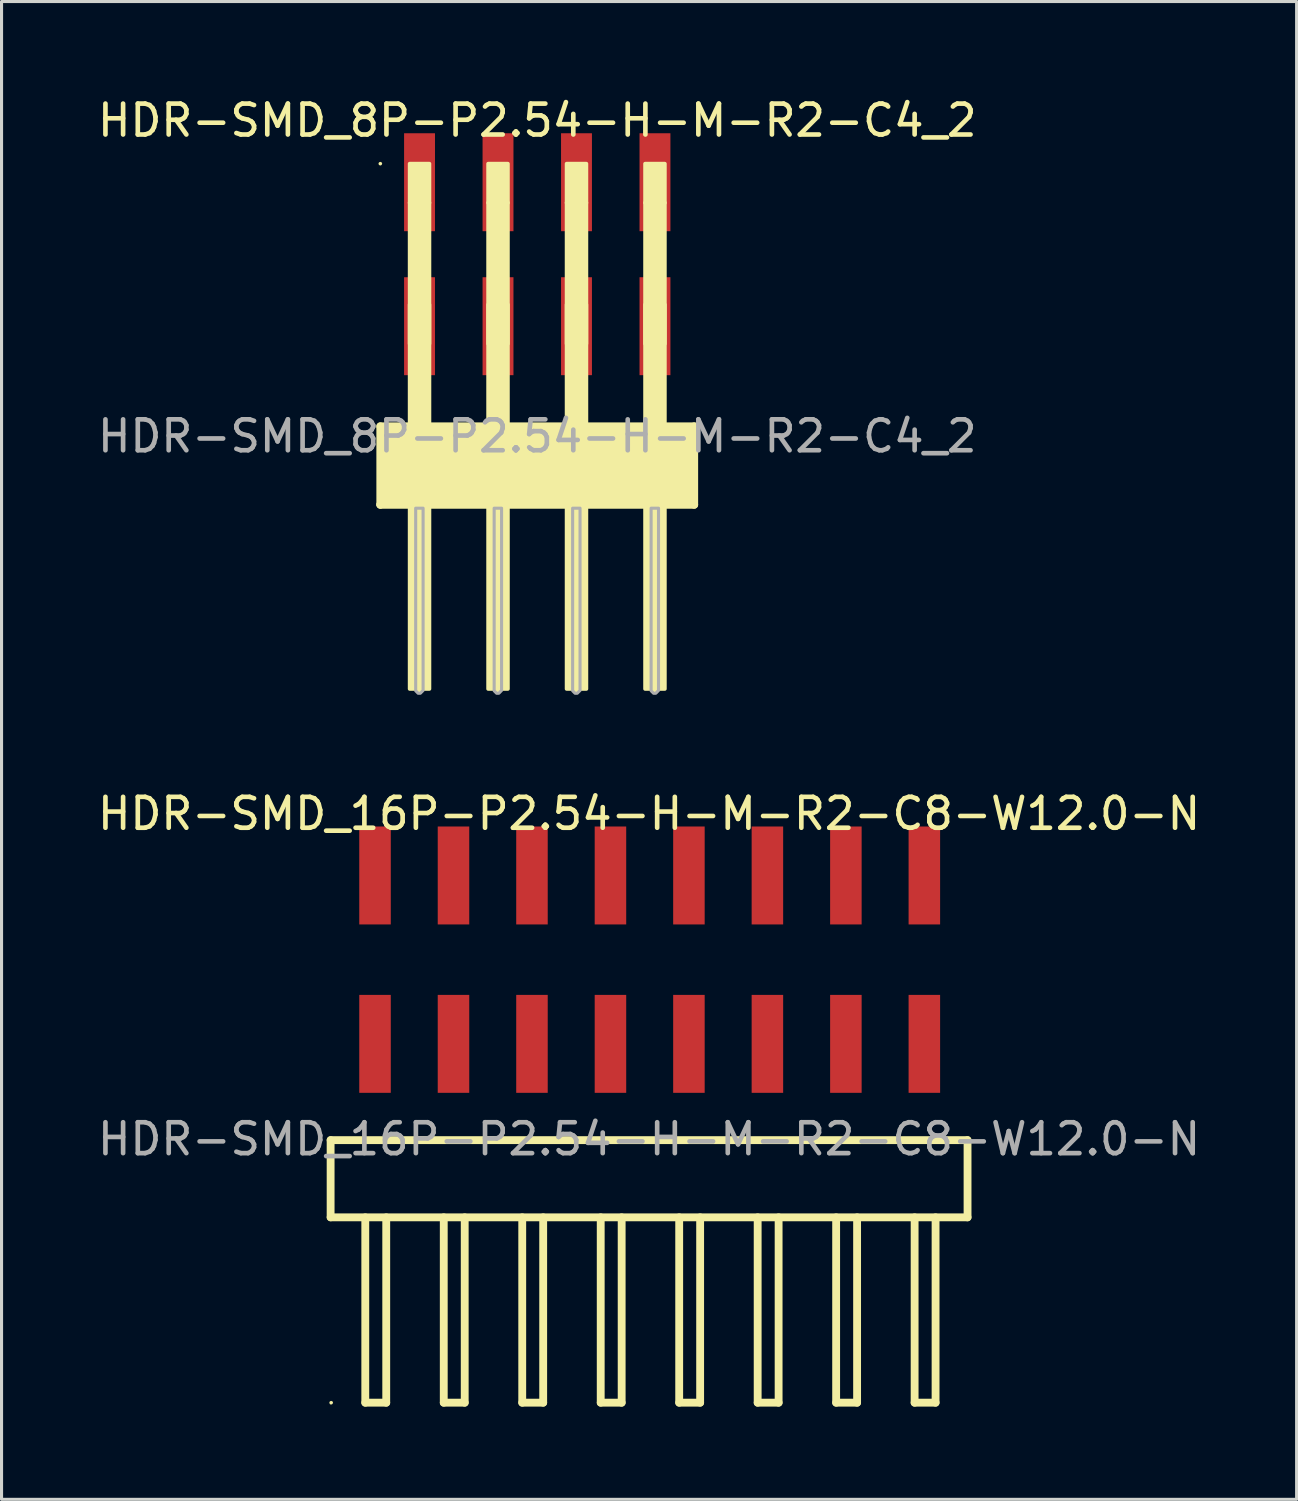
<source format=kicad_pcb>
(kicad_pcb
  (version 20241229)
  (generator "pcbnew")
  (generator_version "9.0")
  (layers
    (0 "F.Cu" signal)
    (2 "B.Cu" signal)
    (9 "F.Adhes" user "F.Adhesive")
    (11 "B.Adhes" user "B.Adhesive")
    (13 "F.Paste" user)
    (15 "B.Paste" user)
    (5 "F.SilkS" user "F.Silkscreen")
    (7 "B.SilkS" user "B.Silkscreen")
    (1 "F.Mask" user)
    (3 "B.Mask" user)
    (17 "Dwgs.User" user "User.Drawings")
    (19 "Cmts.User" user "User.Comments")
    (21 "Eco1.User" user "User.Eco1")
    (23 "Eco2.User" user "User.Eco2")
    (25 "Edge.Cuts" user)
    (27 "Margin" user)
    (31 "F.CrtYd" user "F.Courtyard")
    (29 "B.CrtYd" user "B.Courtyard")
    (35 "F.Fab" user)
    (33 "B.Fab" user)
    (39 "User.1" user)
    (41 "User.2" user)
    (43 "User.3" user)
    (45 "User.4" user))
  (footprint "HDR-SMD_8P-P2.54-H-M-R2-C4_2"
    (layer "F.Cu")
    (at 14.339 5.178)
    (property "Reference" "HDR-SMD_8P-P2.54-H-M-R2-C4_2" (at -0.000025 -4.33 0) (layer "F.SilkS") (effects (font (size 1 1) (thickness 0.15))))
    (attr smd)
    (fp_line (start -5.08 5.57) (end -5.08 8.1) (stroke (width 0.254) (type solid)) (layer "F.SilkS"))
    (fp_line (start -5.08 8.1) (end -5.08 8.11) (stroke (width 0.254) (type solid)) (layer "F.SilkS"))
    (fp_line (start -5.08 8.11) (end 5.08 8.11) (stroke (width 0.254) (type solid)) (layer "F.SilkS"))
    (fp_line (start -3.817 8.11) (end -3.817 14.11) (stroke (width 0.254) (type solid)) (layer "F.SilkS"))
    (fp_line (start -3.81 4.1) (end -3.81 5.57) (stroke (width 0.254) (type solid)) (layer "F.SilkS"))
    (fp_line (start -1.277 8.11) (end -1.277 14.11) (stroke (width 0.254) (type solid)) (layer "F.SilkS"))
    (fp_line (start -1.27 4.1) (end -1.27 5.57) (stroke (width 0.254) (type solid)) (layer "F.SilkS"))
    (fp_line (start 1.263 8.11) (end 1.263 14.11) (stroke (width 0.254) (type solid)) (layer "F.SilkS"))
    (fp_line (start 1.27 4.1) (end 1.27 5.57) (stroke (width 0.254) (type solid)) (layer "F.SilkS"))
    (fp_line (start 3.803 8.11) (end 3.803 14.11) (stroke (width 0.254) (type solid)) (layer "F.SilkS"))
    (fp_line (start 3.81 4.1) (end 3.81 5.5) (stroke (width 0.254) (type solid)) (layer "F.SilkS"))
    (fp_line (start 5.08 5.57) (end -5.08 5.57) (stroke (width 0.254) (type solid)) (layer "F.SilkS"))
    (fp_line (start 5.08 8.11) (end 5.08 5.57) (stroke (width 0.254) (type solid)) (layer "F.SilkS"))
    (fp_circle (center -5.08 -2.93) (end -5.05 -2.93) (stroke (width 0.06) (type solid)) (fill no) (layer "F.SilkS"))
    (fp_poly (pts (xy -4.13 -1.66) (xy -4.13 -2.93) (xy -3.49 -2.93) (xy -3.49 -1.66)) (stroke (width 0.12) (type solid)) (fill yes) (layer "F.SilkS"))
    (fp_poly (pts (xy -4.13 1.63) (xy -3.49 1.63) (xy -3.49 2.9) (xy -4.13 2.9)) (stroke (width 0.12) (type solid)) (fill yes) (layer "F.SilkS"))
    (fp_poly (pts (xy -4.13 14.07) (xy -4.13 -1.67) (xy -3.49 -1.67) (xy -3.49 14.07)) (stroke (width 0.12) (type solid)) (fill yes) (layer "F.SilkS"))
    (fp_poly (pts (xy -1.59 -1.66) (xy -1.59 -2.93) (xy -0.95 -2.93) (xy -0.95 -1.66)) (stroke (width 0.12) (type solid)) (fill yes) (layer "F.SilkS"))
    (fp_poly (pts (xy -1.59 1.63) (xy -0.95 1.63) (xy -0.95 2.9) (xy -1.59 2.9)) (stroke (width 0.12) (type solid)) (fill yes) (layer "F.SilkS"))
    (fp_poly (pts (xy -1.59 14.07) (xy -1.59 -1.67) (xy -0.95 -1.67) (xy -0.95 14.07)) (stroke (width 0.12) (type solid)) (fill yes) (layer "F.SilkS"))
    (fp_poly (pts (xy 0.95 -1.66) (xy 0.95 -2.93) (xy 1.59 -2.93) (xy 1.59 -1.66)) (stroke (width 0.12) (type solid)) (fill yes) (layer "F.SilkS"))
    (fp_poly (pts (xy 0.95 1.63) (xy 1.59 1.63) (xy 1.59 2.9) (xy 0.95 2.9)) (stroke (width 0.12) (type solid)) (fill yes) (layer "F.SilkS"))
    (fp_poly (pts (xy 0.95 14.07) (xy 0.95 -1.67) (xy 1.59 -1.67) (xy 1.59 14.07)) (stroke (width 0.12) (type solid)) (fill yes) (layer "F.SilkS"))
    (fp_poly (pts (xy 3.49 -1.66) (xy 3.49 -2.93) (xy 4.13 -2.93) (xy 4.13 -1.66)) (stroke (width 0.12) (type solid)) (fill yes) (layer "F.SilkS"))
    (fp_poly (pts (xy 3.49 1.63) (xy 4.13 1.63) (xy 4.13 2.9) (xy 3.49 2.9)) (stroke (width 0.12) (type solid)) (fill yes) (layer "F.SilkS"))
    (fp_poly (pts (xy 3.49 14.07) (xy 3.49 -1.67) (xy 4.13 -1.67) (xy 4.13 14.07)) (stroke (width 0.12) (type solid)) (fill yes) (layer "F.SilkS"))
    (fp_poly (pts (xy 5.08 8.11) (xy 5.08 5.57) (xy -5.08 5.57) (xy -5.08 8.11)) (stroke (width 0.12) (type solid)) (fill yes) (layer "F.SilkS"))
    (fp_poly (pts (xy -3.935 8.22) (xy -3.935 14.13) (xy -3.855 14.21) (xy -3.785 14.21) (xy -3.695 14.12) (xy -3.695 8.22)) (stroke (width 0.1) (type solid)) (fill no) (layer "F.Fab"))
    (fp_poly (pts (xy -1.395 8.22) (xy -1.395 14.13) (xy -1.315 14.21) (xy -1.245 14.21) (xy -1.155 14.12) (xy -1.155 8.22)) (stroke (width 0.1) (type solid)) (fill no) (layer "F.Fab"))
    (fp_poly (pts (xy 1.145 8.22) (xy 1.145 14.13) (xy 1.225 14.21) (xy 1.295 14.21) (xy 1.385 14.12) (xy 1.385 8.22)) (stroke (width 0.1) (type solid)) (fill no) (layer "F.Fab"))
    (fp_poly (pts (xy 3.685 8.22) (xy 3.685 14.13) (xy 3.765 14.21) (xy 3.835 14.21) (xy 3.925 14.12) (xy 3.925 8.22)) (stroke (width 0.1) (type solid)) (fill no) (layer "F.Fab"))
    (fp_text user "${REFERENCE}" (at -0.000025 5.89 0) (layer "F.Fab") (effects (font (size 1 1) (thickness 0.15))))
    (pad "1" smd rect (at -3.81 -2.33) (size 1 3.17) (layers "F.Cu" "F.Mask" "F.Paste"))
    (pad "2" smd rect (at -3.81 2.33) (size 1 3.17) (layers "F.Cu" "F.Mask" "F.Paste"))
    (pad "3" smd rect (at -1.27 -2.33) (size 1 3.17) (layers "F.Cu" "F.Mask" "F.Paste"))
    (pad "4" smd rect (at -1.27 2.33) (size 1 3.17) (layers "F.Cu" "F.Mask" "F.Paste"))
    (pad "5" smd rect (at 1.27 -2.33) (size 1 3.17) (layers "F.Cu" "F.Mask" "F.Paste"))
    (pad "6" smd rect (at 1.27 2.33) (size 1 3.17) (layers "F.Cu" "F.Mask" "F.Paste"))
    (pad "7" smd rect (at 3.81 -2.33) (size 1 3.17) (layers "F.Cu" "F.Mask" "F.Paste"))
    (pad "8" smd rect (at 3.81 2.33) (size 1 3.17) (layers "F.Cu" "F.Mask" "F.Paste")))
  (footprint "HDR-SMD_16P-P2.54-H-M-R2-C8-W12.0-N"
    (layer "F.Cu")
    (at 17.978 28.011)
    (property "Reference" "HDR-SMD_16P-P2.54-H-M-R2-C8-W12.0-N" (at -0.02 -4.725 0) (layer "F.SilkS") (effects (font (size 1 1) (thickness 0.15))))
    (attr smd)
    (fp_line (start -10.327 5.841) (end -10.327 8.34) (stroke (width 0.254) (type solid)) (layer "F.SilkS"))
    (fp_line (start -10.327 8.34) (end 10.288 8.34) (stroke (width 0.254) (type solid)) (layer "F.SilkS"))
    (fp_line (start -9.205 8.34) (end -9.205 14.339) (stroke (width 0.254) (type solid)) (layer "F.SilkS"))
    (fp_line (start -9.205 14.339) (end -8.527 14.339) (stroke (width 0.254) (type solid)) (layer "F.SilkS"))
    (fp_line (start -8.527 14.339) (end -8.527 8.34) (stroke (width 0.254) (type solid)) (layer "F.SilkS"))
    (fp_line (start -6.665 8.34) (end -6.665 14.339) (stroke (width 0.254) (type solid)) (layer "F.SilkS"))
    (fp_line (start -6.665 14.339) (end -5.987 14.339) (stroke (width 0.254) (type solid)) (layer "F.SilkS"))
    (fp_line (start -5.987 14.339) (end -5.987 8.34) (stroke (width 0.254) (type solid)) (layer "F.SilkS"))
    (fp_line (start -4.125 8.34) (end -4.125 14.339) (stroke (width 0.254) (type solid)) (layer "F.SilkS"))
    (fp_line (start -4.125 14.339) (end -3.447 14.339) (stroke (width 0.254) (type solid)) (layer "F.SilkS"))
    (fp_line (start -3.447 14.339) (end -3.447 8.34) (stroke (width 0.254) (type solid)) (layer "F.SilkS"))
    (fp_line (start -1.585 8.34) (end -1.585 14.339) (stroke (width 0.254) (type solid)) (layer "F.SilkS"))
    (fp_line (start -1.585 14.339) (end -0.907 14.339) (stroke (width 0.254) (type solid)) (layer "F.SilkS"))
    (fp_line (start -0.907 14.339) (end -0.907 8.34) (stroke (width 0.254) (type solid)) (layer "F.SilkS"))
    (fp_line (start 0.955 8.34) (end 0.955 14.339) (stroke (width 0.254) (type solid)) (layer "F.SilkS"))
    (fp_line (start 0.955 14.339) (end 1.633 14.339) (stroke (width 0.254) (type solid)) (layer "F.SilkS"))
    (fp_line (start 1.633 14.339) (end 1.633 8.34) (stroke (width 0.254) (type solid)) (layer "F.SilkS"))
    (fp_line (start 3.495 8.34) (end 3.495 14.339) (stroke (width 0.254) (type solid)) (layer "F.SilkS"))
    (fp_line (start 3.495 14.339) (end 4.173 14.339) (stroke (width 0.254) (type solid)) (layer "F.SilkS"))
    (fp_line (start 4.173 14.339) (end 4.173 8.34) (stroke (width 0.254) (type solid)) (layer "F.SilkS"))
    (fp_line (start 6.035 8.34) (end 6.035 14.339) (stroke (width 0.254) (type solid)) (layer "F.SilkS"))
    (fp_line (start 6.035 14.339) (end 6.713 14.339) (stroke (width 0.254) (type solid)) (layer "F.SilkS"))
    (fp_line (start 6.713 14.339) (end 6.713 8.34) (stroke (width 0.254) (type solid)) (layer "F.SilkS"))
    (fp_line (start 8.575 8.34) (end 8.575 14.339) (stroke (width 0.254) (type solid)) (layer "F.SilkS"))
    (fp_line (start 8.575 14.339) (end 9.253 14.339) (stroke (width 0.254) (type solid)) (layer "F.SilkS"))
    (fp_line (start 9.253 14.339) (end 9.253 8.34) (stroke (width 0.254) (type solid)) (layer "F.SilkS"))
    (fp_line (start 10.288 5.841) (end -10.327 5.841) (stroke (width 0.254) (type solid)) (layer "F.SilkS"))
    (fp_line (start 10.288 8.34) (end 10.288 5.841) (stroke (width 0.254) (type solid)) (layer "F.SilkS"))
    (fp_circle (center -10.31 14.34) (end -10.28 14.34) (stroke (width 0.06) (type solid)) (fill no) (layer "F.SilkS"))
    (fp_text user "${REFERENCE}" (at -0.02 5.807 0) (layer "F.Fab") (effects (font (size 1 1) (thickness 0.15))))
    (pad "1" smd rect (at -8.89 2.725 180) (size 1.02 3.17) (layers "F.Cu" "F.Mask" "F.Paste"))
    (pad "2" smd rect (at -8.89 -2.725 180) (size 1.02 3.17) (layers "F.Cu" "F.Mask" "F.Paste"))
    (pad "3" smd rect (at -6.35 2.725 180) (size 1.02 3.17) (layers "F.Cu" "F.Mask" "F.Paste"))
    (pad "4" smd rect (at -6.35 -2.725 180) (size 1.02 3.17) (layers "F.Cu" "F.Mask" "F.Paste"))
    (pad "5" smd rect (at -3.81 2.725 180) (size 1.02 3.17) (layers "F.Cu" "F.Mask" "F.Paste"))
    (pad "6" smd rect (at -3.81 -2.725 180) (size 1.02 3.17) (layers "F.Cu" "F.Mask" "F.Paste"))
    (pad "7" smd rect (at -1.27 2.725 180) (size 1.02 3.17) (layers "F.Cu" "F.Mask" "F.Paste"))
    (pad "8" smd rect (at -1.27 -2.725 180) (size 1.02 3.17) (layers "F.Cu" "F.Mask" "F.Paste"))
    (pad "9" smd rect (at 1.27 2.725 180) (size 1.02 3.17) (layers "F.Cu" "F.Mask" "F.Paste"))
    (pad "10" smd rect (at 1.27 -2.725 180) (size 1.02 3.17) (layers "F.Cu" "F.Mask" "F.Paste"))
    (pad "11" smd rect (at 3.81 2.725 180) (size 1.02 3.17) (layers "F.Cu" "F.Mask" "F.Paste"))
    (pad "12" smd rect (at 3.81 -2.725 180) (size 1.02 3.17) (layers "F.Cu" "F.Mask" "F.Paste"))
    (pad "13" smd rect (at 6.35 2.725 180) (size 1.02 3.17) (layers "F.Cu" "F.Mask" "F.Paste"))
    (pad "14" smd rect (at 6.35 -2.725 180) (size 1.02 3.17) (layers "F.Cu" "F.Mask" "F.Paste"))
    (pad "15" smd rect (at 8.89 2.725 180) (size 1.02 3.17) (layers "F.Cu" "F.Mask" "F.Paste"))
    (pad "16" smd rect (at 8.89 -2.725 180) (size 1.02 3.17) (layers "F.Cu" "F.Mask" "F.Paste")))
  (gr_rect
    (start -3 -3)
    (end 38.917 45.478)
    (stroke (width 0.1) (type default))
    (fill no)
    (layer "Edge.Cuts")))
</source>
